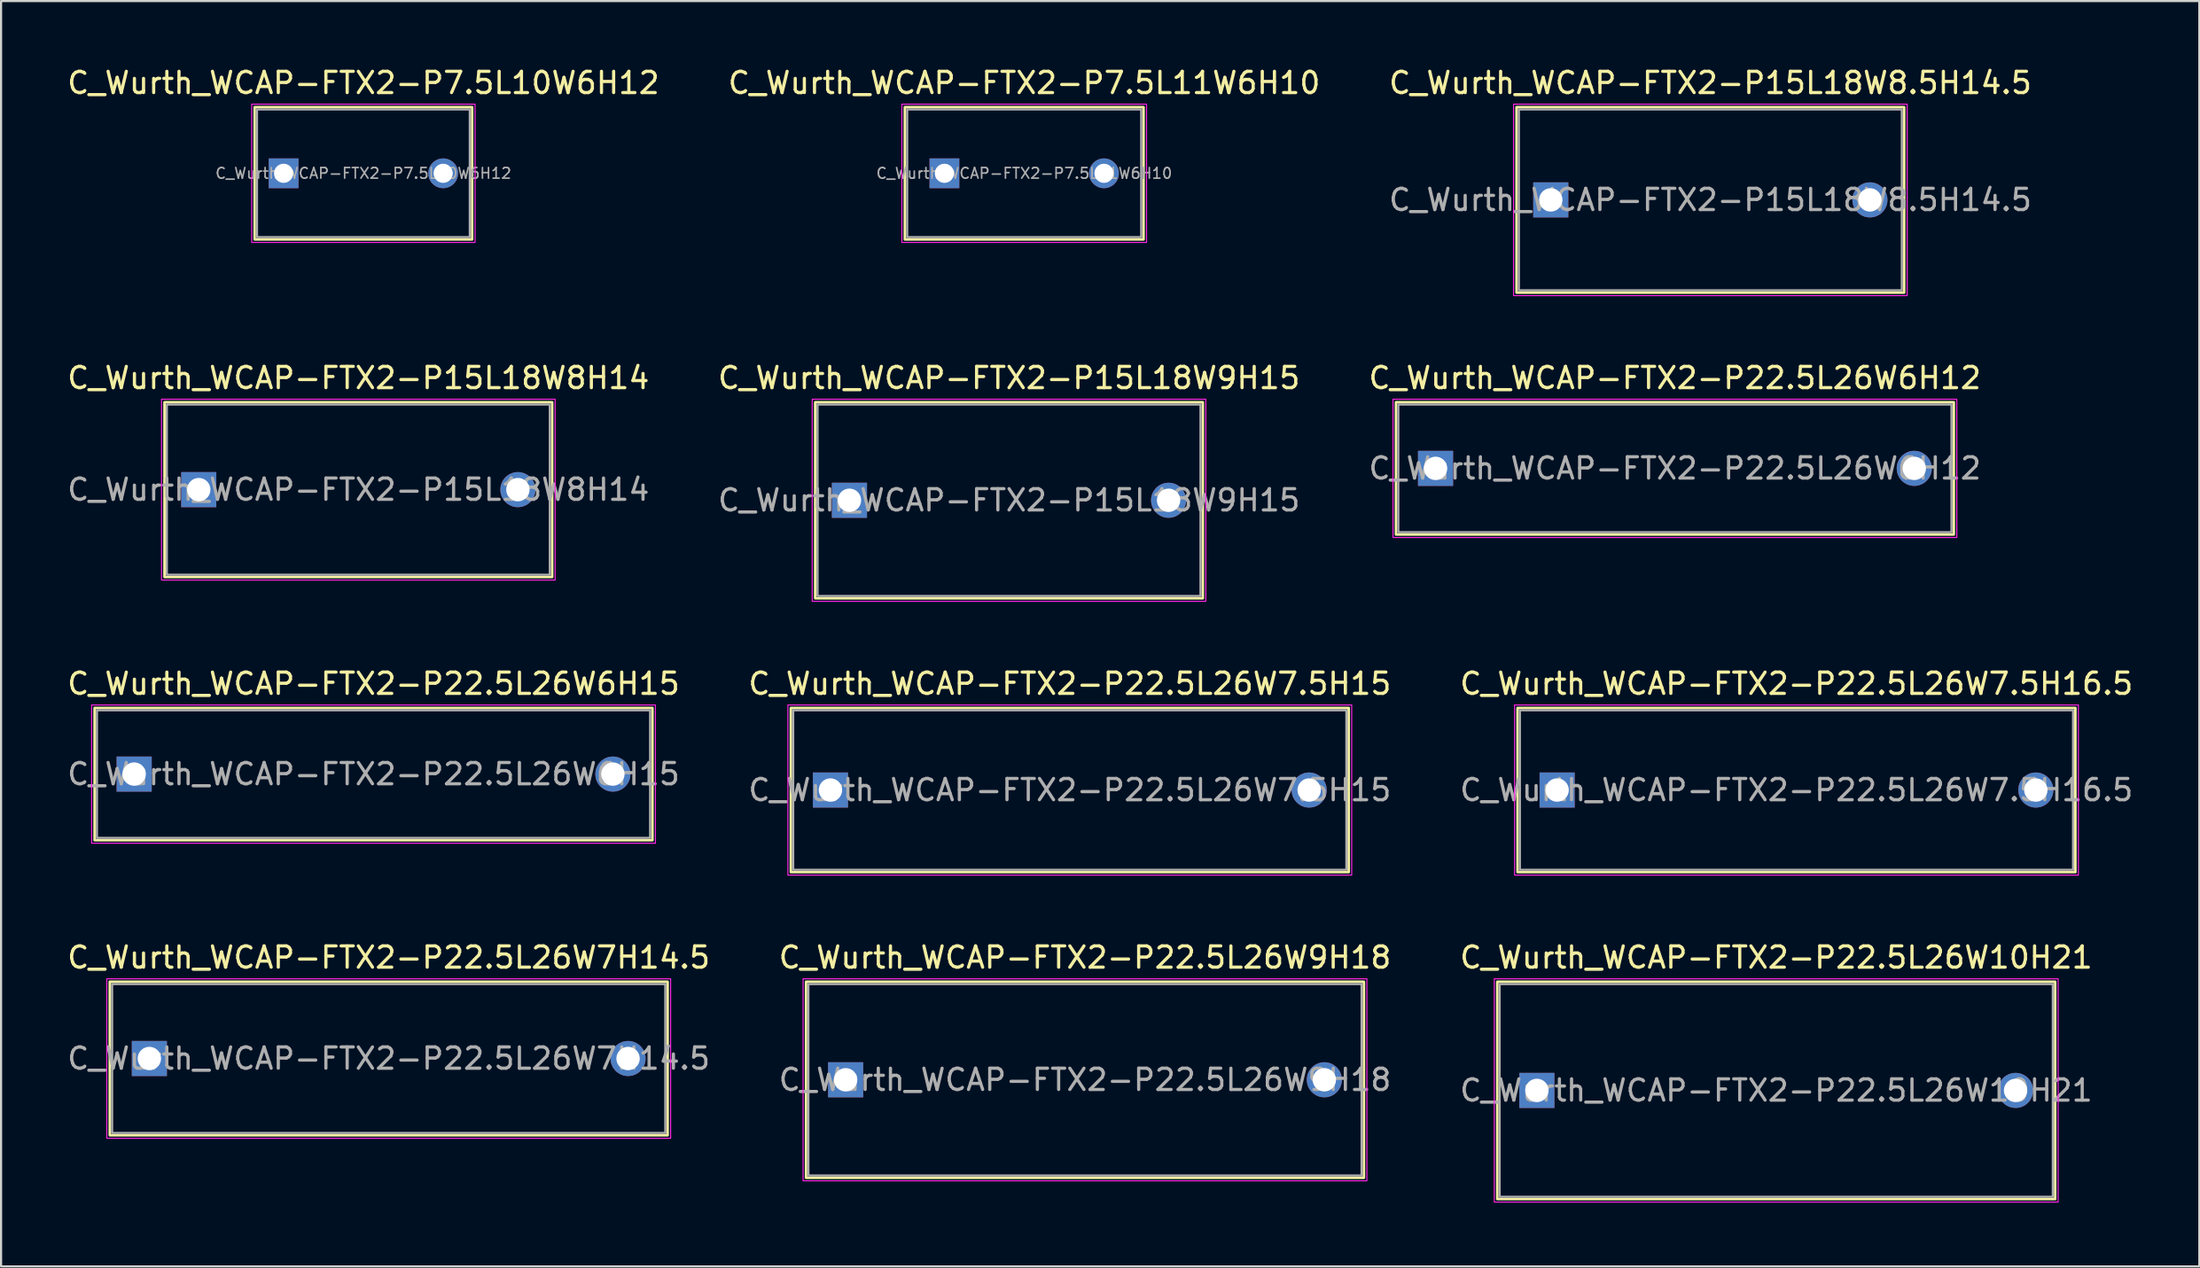
<source format=kicad_pcb>
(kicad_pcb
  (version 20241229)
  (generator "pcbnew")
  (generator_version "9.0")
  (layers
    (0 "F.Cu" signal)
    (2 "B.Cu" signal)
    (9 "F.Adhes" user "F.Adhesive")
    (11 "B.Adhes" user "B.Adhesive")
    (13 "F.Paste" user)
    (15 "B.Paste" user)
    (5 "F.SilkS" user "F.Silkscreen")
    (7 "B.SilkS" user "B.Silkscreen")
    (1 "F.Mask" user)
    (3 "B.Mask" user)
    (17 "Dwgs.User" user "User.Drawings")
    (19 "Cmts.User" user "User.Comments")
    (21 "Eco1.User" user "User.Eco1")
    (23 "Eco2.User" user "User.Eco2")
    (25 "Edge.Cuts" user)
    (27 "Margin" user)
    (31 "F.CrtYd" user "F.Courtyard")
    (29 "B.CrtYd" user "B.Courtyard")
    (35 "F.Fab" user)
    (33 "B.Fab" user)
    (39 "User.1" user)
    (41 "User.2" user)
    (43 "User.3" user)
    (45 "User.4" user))
  (footprint "C_Wurth_WCAP-FTX2-P7.5L10W6H12"
    (layer "F.Cu")
    (at 10.28 5.098)
    (property "Reference" "C_Wurth_WCAP-FTX2-P7.5L10W6H12" (at 3.75 -4.25 0) (unlocked yes) (layer "F.SilkS") (effects (font (size 1 1) (thickness 0.15))))
    (attr through_hole)
    (fp_rect (start -1.36 -3.11) (end 8.86 3.11) (stroke (width 0.12) (type solid)) (fill no) (layer "F.SilkS"))
    (fp_rect (start -1.5 -3.25) (end 9 3.25) (stroke (width 0.05) (type solid)) (fill no) (layer "F.CrtYd"))
    (fp_rect (start -1.25 -3) (end 8.75 3) (stroke (width 0.1) (type solid)) (fill no) (layer "F.Fab"))
    (fp_text user "${REFERENCE}" (at 3.75 0 0) (unlocked yes) (layer "F.Fab") (effects (font (size 0.5 0.5) (thickness 0.075))))
    (pad "1" thru_hole rect (at 0 0) (size 1.4 1.4) (drill 0.9) (layers "*.Cu" "*.Mask"))
    (pad "2" thru_hole circle (at 7.5 0) (size 1.4 1.4) (drill 0.9) (layers "*.Cu" "*.Mask")))
  (footprint "C_Wurth_WCAP-FTX2-P22.5L26W10H21"
    (layer "F.Cu")
    (at 69.185 48.218)
    (property "Reference" "C_Wurth_WCAP-FTX2-P22.5L26W10H21" (at 11.25 -6.25 0) (unlocked yes) (layer "F.SilkS") (effects (font (size 1 1) (thickness 0.15))))
    (attr through_hole)
    (fp_rect (start -1.86 -5.11) (end 24.36 5.11) (stroke (width 0.12) (type solid)) (fill no) (layer "F.SilkS"))
    (fp_rect (start -2 -5.25) (end 24.5 5.25) (stroke (width 0.05) (type solid)) (fill no) (layer "F.CrtYd"))
    (fp_rect (start -1.75 -5) (end 24.25 5) (stroke (width 0.1) (type solid)) (fill no) (layer "F.Fab"))
    (fp_text user "${REFERENCE}" (at 11.25 0 0) (unlocked yes) (layer "F.Fab") (effects (font (size 1 1) (thickness 0.15))))
    (pad "1" thru_hole rect (at 0 0) (size 1.65 1.65) (drill 1.1) (layers "*.Cu" "*.Mask"))
    (pad "2" thru_hole circle (at 22.5 0) (size 1.65 1.65) (drill 1.1) (layers "*.Cu" "*.Mask")))
  (footprint "C_Wurth_WCAP-FTX2-P22.5L26W7.5H15"
    (layer "F.Cu")
    (at 35.982 34.095)
    (property "Reference" "C_Wurth_WCAP-FTX2-P22.5L26W7.5H15" (at 11.25 -5 0) (unlocked yes) (layer "F.SilkS") (effects (font (size 1 1) (thickness 0.15))))
    (attr through_hole)
    (fp_rect (start -1.86 -3.86) (end 24.36 3.86) (stroke (width 0.12) (type solid)) (fill no) (layer "F.SilkS"))
    (fp_rect (start -2 -4) (end 24.5 4) (stroke (width 0.05) (type solid)) (fill no) (layer "F.CrtYd"))
    (fp_rect (start -1.75 -3.75) (end 24.25 3.75) (stroke (width 0.1) (type solid)) (fill no) (layer "F.Fab"))
    (fp_text user "${REFERENCE}" (at 11.25 0 0) (unlocked yes) (layer "F.Fab") (effects (font (size 1 1) (thickness 0.15))))
    (pad "1" thru_hole rect (at 0 0) (size 1.65 1.65) (drill 1.1) (layers "*.Cu" "*.Mask"))
    (pad "2" thru_hole circle (at 22.5 0) (size 1.65 1.65) (drill 1.1) (layers "*.Cu" "*.Mask")))
  (footprint "C_Wurth_WCAP-FTX2-P22.5L26W7H14.5"
    (layer "F.Cu")
    (at 3.97 46.718)
    (property "Reference" "C_Wurth_WCAP-FTX2-P22.5L26W7H14.5" (at 11.25 -4.75 0) (unlocked yes) (layer "F.SilkS") (effects (font (size 1 1) (thickness 0.15))))
    (attr through_hole)
    (fp_rect (start -1.86 -3.61) (end 24.36 3.61) (stroke (width 0.12) (type solid)) (fill no) (layer "F.SilkS"))
    (fp_rect (start -2 -3.75) (end 24.5 3.75) (stroke (width 0.05) (type solid)) (fill no) (layer "F.CrtYd"))
    (fp_rect (start -1.75 -3.5) (end 24.25 3.5) (stroke (width 0.1) (type solid)) (fill no) (layer "F.Fab"))
    (fp_text user "${REFERENCE}" (at 11.25 0 0) (unlocked yes) (layer "F.Fab") (effects (font (size 1 1) (thickness 0.15))))
    (pad "1" thru_hole rect (at 0 0) (size 1.65 1.65) (drill 1.1) (layers "*.Cu" "*.Mask"))
    (pad "2" thru_hole circle (at 22.5 0) (size 1.65 1.65) (drill 1.1) (layers "*.Cu" "*.Mask")))
  (footprint "C_Wurth_WCAP-FTX2-P22.5L26W9H18"
    (layer "F.Cu")
    (at 36.696 47.718)
    (property "Reference" "C_Wurth_WCAP-FTX2-P22.5L26W9H18" (at 11.25 -5.75 0) (unlocked yes) (layer "F.SilkS") (effects (font (size 1 1) (thickness 0.15))))
    (attr through_hole)
    (fp_rect (start -1.86 -4.61) (end 24.36 4.61) (stroke (width 0.12) (type solid)) (fill no) (layer "F.SilkS"))
    (fp_rect (start -2 -4.75) (end 24.5 4.75) (stroke (width 0.05) (type solid)) (fill no) (layer "F.CrtYd"))
    (fp_rect (start -1.75 -4.5) (end 24.25 4.5) (stroke (width 0.1) (type solid)) (fill no) (layer "F.Fab"))
    (fp_text user "${REFERENCE}" (at 11.25 0 0) (unlocked yes) (layer "F.Fab") (effects (font (size 1 1) (thickness 0.15))))
    (pad "1" thru_hole rect (at 0 0) (size 1.65 1.65) (drill 1.1) (layers "*.Cu" "*.Mask"))
    (pad "2" thru_hole circle (at 22.5 0) (size 1.65 1.65) (drill 1.1) (layers "*.Cu" "*.Mask")))
  (footprint "C_Wurth_WCAP-FTX2-P15L18W9H15"
    (layer "F.Cu")
    (at 36.875 20.471)
    (property "Reference" "C_Wurth_WCAP-FTX2-P15L18W9H15" (at 7.5 -5.75 0) (unlocked yes) (layer "F.SilkS") (effects (font (size 1 1) (thickness 0.15))))
    (attr through_hole)
    (fp_rect (start -1.61 -4.61) (end 16.61 4.61) (stroke (width 0.12) (type solid)) (fill no) (layer "F.SilkS"))
    (fp_rect (start -1.75 -4.75) (end 16.75 4.75) (stroke (width 0.05) (type solid)) (fill no) (layer "F.CrtYd"))
    (fp_rect (start -1.5 -4.5) (end 16.5 4.5) (stroke (width 0.1) (type solid)) (fill no) (layer "F.Fab"))
    (fp_text user "${REFERENCE}" (at 7.5 0 0) (unlocked yes) (layer "F.Fab") (effects (font (size 1 1) (thickness 0.15))))
    (pad "1" thru_hole rect (at 0 0) (size 1.65 1.65) (drill 1.1) (layers "*.Cu" "*.Mask"))
    (pad "2" thru_hole circle (at 15 0) (size 1.65 1.65) (drill 1.1) (layers "*.Cu" "*.Mask")))
  (footprint "C_Wurth_WCAP-FTX2-P15L18W8H14"
    (layer "F.Cu")
    (at 6.292 19.971)
    (property "Reference" "C_Wurth_WCAP-FTX2-P15L18W8H14" (at 7.5 -5.25 0) (unlocked yes) (layer "F.SilkS") (effects (font (size 1 1) (thickness 0.15))))
    (attr through_hole)
    (fp_rect (start -1.61 -4.11) (end 16.61 4.11) (stroke (width 0.12) (type solid)) (fill no) (layer "F.SilkS"))
    (fp_rect (start -1.75 -4.25) (end 16.75 4.25) (stroke (width 0.05) (type solid)) (fill no) (layer "F.CrtYd"))
    (fp_rect (start -1.5 -4) (end 16.5 4) (stroke (width 0.1) (type solid)) (fill no) (layer "F.Fab"))
    (fp_text user "${REFERENCE}" (at 7.5 0 0) (unlocked yes) (layer "F.Fab") (effects (font (size 1 1) (thickness 0.15))))
    (pad "1" thru_hole rect (at 0 0) (size 1.65 1.65) (drill 1.1) (layers "*.Cu" "*.Mask"))
    (pad "2" thru_hole circle (at 15 0) (size 1.65 1.65) (drill 1.1) (layers "*.Cu" "*.Mask")))
  (footprint "C_Wurth_WCAP-FTX2-P7.5L11W6H10"
    (layer "F.Cu")
    (at 41.339 5.098)
    (property "Reference" "C_Wurth_WCAP-FTX2-P7.5L11W6H10" (at 3.75 -4.25 0) (unlocked yes) (layer "F.SilkS") (effects (font (size 1 1) (thickness 0.15))))
    (attr through_hole)
    (fp_rect (start -1.86 -3.11) (end 9.36 3.11) (stroke (width 0.12) (type solid)) (fill no) (layer "F.SilkS"))
    (fp_rect (start -2 -3.25) (end 9.5 3.25) (stroke (width 0.05) (type solid)) (fill no) (layer "F.CrtYd"))
    (fp_rect (start -1.75 -3) (end 9.25 3) (stroke (width 0.1) (type solid)) (fill no) (layer "F.Fab"))
    (fp_text user "${REFERENCE}" (at 3.75 0 0) (unlocked yes) (layer "F.Fab") (effects (font (size 0.5 0.5) (thickness 0.075))))
    (pad "1" thru_hole rect (at 0 0) (size 1.4 1.4) (drill 0.9) (layers "*.Cu" "*.Mask"))
    (pad "2" thru_hole circle (at 7.5 0) (size 1.4 1.4) (drill 0.9) (layers "*.Cu" "*.Mask")))
  (footprint "C_Wurth_WCAP-FTX2-P22.5L26W6H12"
    (layer "F.Cu")
    (at 64.423 18.971)
    (property "Reference" "C_Wurth_WCAP-FTX2-P22.5L26W6H12" (at 11.25 -4.25 0) (unlocked yes) (layer "F.SilkS") (effects (font (size 1 1) (thickness 0.15))))
    (attr through_hole)
    (fp_rect (start -1.86 -3.11) (end 24.36 3.11) (stroke (width 0.12) (type solid)) (fill no) (layer "F.SilkS"))
    (fp_rect (start -2 -3.25) (end 24.5 3.25) (stroke (width 0.05) (type solid)) (fill no) (layer "F.CrtYd"))
    (fp_rect (start -1.75 -3) (end 24.25 3) (stroke (width 0.1) (type solid)) (fill no) (layer "F.Fab"))
    (fp_text user "${REFERENCE}" (at 11.25 0 0) (unlocked yes) (layer "F.Fab") (effects (font (size 1 1) (thickness 0.15))))
    (pad "1" thru_hole rect (at 0 0) (size 1.65 1.65) (drill 1.1) (layers "*.Cu" "*.Mask"))
    (pad "2" thru_hole circle (at 22.5 0) (size 1.65 1.65) (drill 1.1) (layers "*.Cu" "*.Mask")))
  (footprint "C_Wurth_WCAP-FTX2-P15L18W8.5H14.5"
    (layer "F.Cu")
    (at 69.839 6.348)
    (property "Reference" "C_Wurth_WCAP-FTX2-P15L18W8.5H14.5" (at 7.5 -5.5 0) (unlocked yes) (layer "F.SilkS") (effects (font (size 1 1) (thickness 0.15))))
    (attr through_hole)
    (fp_rect (start -1.61 -4.36) (end 16.61 4.36) (stroke (width 0.12) (type solid)) (fill no) (layer "F.SilkS"))
    (fp_rect (start -1.75 -4.5) (end 16.75 4.5) (stroke (width 0.05) (type solid)) (fill no) (layer "F.CrtYd"))
    (fp_rect (start -1.5 -4.25) (end 16.5 4.25) (stroke (width 0.1) (type solid)) (fill no) (layer "F.Fab"))
    (fp_text user "${REFERENCE}" (at 7.5 0 0) (unlocked yes) (layer "F.Fab") (effects (font (size 1 1) (thickness 0.15))))
    (pad "1" thru_hole rect (at 0 0) (size 1.65 1.65) (drill 1.1) (layers "*.Cu" "*.Mask"))
    (pad "2" thru_hole circle (at 15 0) (size 1.65 1.65) (drill 1.1) (layers "*.Cu" "*.Mask")))
  (footprint "C_Wurth_WCAP-FTX2-P22.5L26W7.5H16.5"
    (layer "F.Cu")
    (at 70.137 34.095)
    (property "Reference" "C_Wurth_WCAP-FTX2-P22.5L26W7.5H16.5" (at 11.25 -5 0) (unlocked yes) (layer "F.SilkS") (effects (font (size 1 1) (thickness 0.15))))
    (attr through_hole)
    (fp_rect (start -1.86 -3.86) (end 24.36 3.86) (stroke (width 0.12) (type solid)) (fill no) (layer "F.SilkS"))
    (fp_rect (start -2 -4) (end 24.5 4) (stroke (width 0.05) (type solid)) (fill no) (layer "F.CrtYd"))
    (fp_rect (start -1.75 -3.75) (end 24.25 3.75) (stroke (width 0.1) (type solid)) (fill no) (layer "F.Fab"))
    (fp_text user "${REFERENCE}" (at 11.25 0 0) (unlocked yes) (layer "F.Fab") (effects (font (size 1 1) (thickness 0.15))))
    (pad "1" thru_hole rect (at 0 0) (size 1.65 1.65) (drill 1.1) (layers "*.Cu" "*.Mask"))
    (pad "2" thru_hole circle (at 22.5 0) (size 1.65 1.65) (drill 1.1) (layers "*.Cu" "*.Mask")))
  (footprint "C_Wurth_WCAP-FTX2-P22.5L26W6H15"
    (layer "F.Cu")
    (at 3.256 33.345)
    (property "Reference" "C_Wurth_WCAP-FTX2-P22.5L26W6H15" (at 11.25 -4.25 0) (unlocked yes) (layer "F.SilkS") (effects (font (size 1 1) (thickness 0.15))))
    (attr through_hole)
    (fp_rect (start -1.86 -3.11) (end 24.36 3.11) (stroke (width 0.12) (type solid)) (fill no) (layer "F.SilkS"))
    (fp_rect (start -2 -3.25) (end 24.5 3.25) (stroke (width 0.05) (type solid)) (fill no) (layer "F.CrtYd"))
    (fp_rect (start -1.75 -3) (end 24.25 3) (stroke (width 0.1) (type solid)) (fill no) (layer "F.Fab"))
    (fp_text user "${REFERENCE}" (at 11.25 0 0) (unlocked yes) (layer "F.Fab") (effects (font (size 1 1) (thickness 0.15))))
    (pad "1" thru_hole rect (at 0 0) (size 1.65 1.65) (drill 1.1) (layers "*.Cu" "*.Mask"))
    (pad "2" thru_hole circle (at 22.5 0) (size 1.65 1.65) (drill 1.1) (layers "*.Cu" "*.Mask")))
  (gr_rect
    (start -3 -3)
    (end 100.321 56.493)
    (stroke (width 0.1) (type default))
    (fill no)
    (layer "Edge.Cuts")))
</source>
